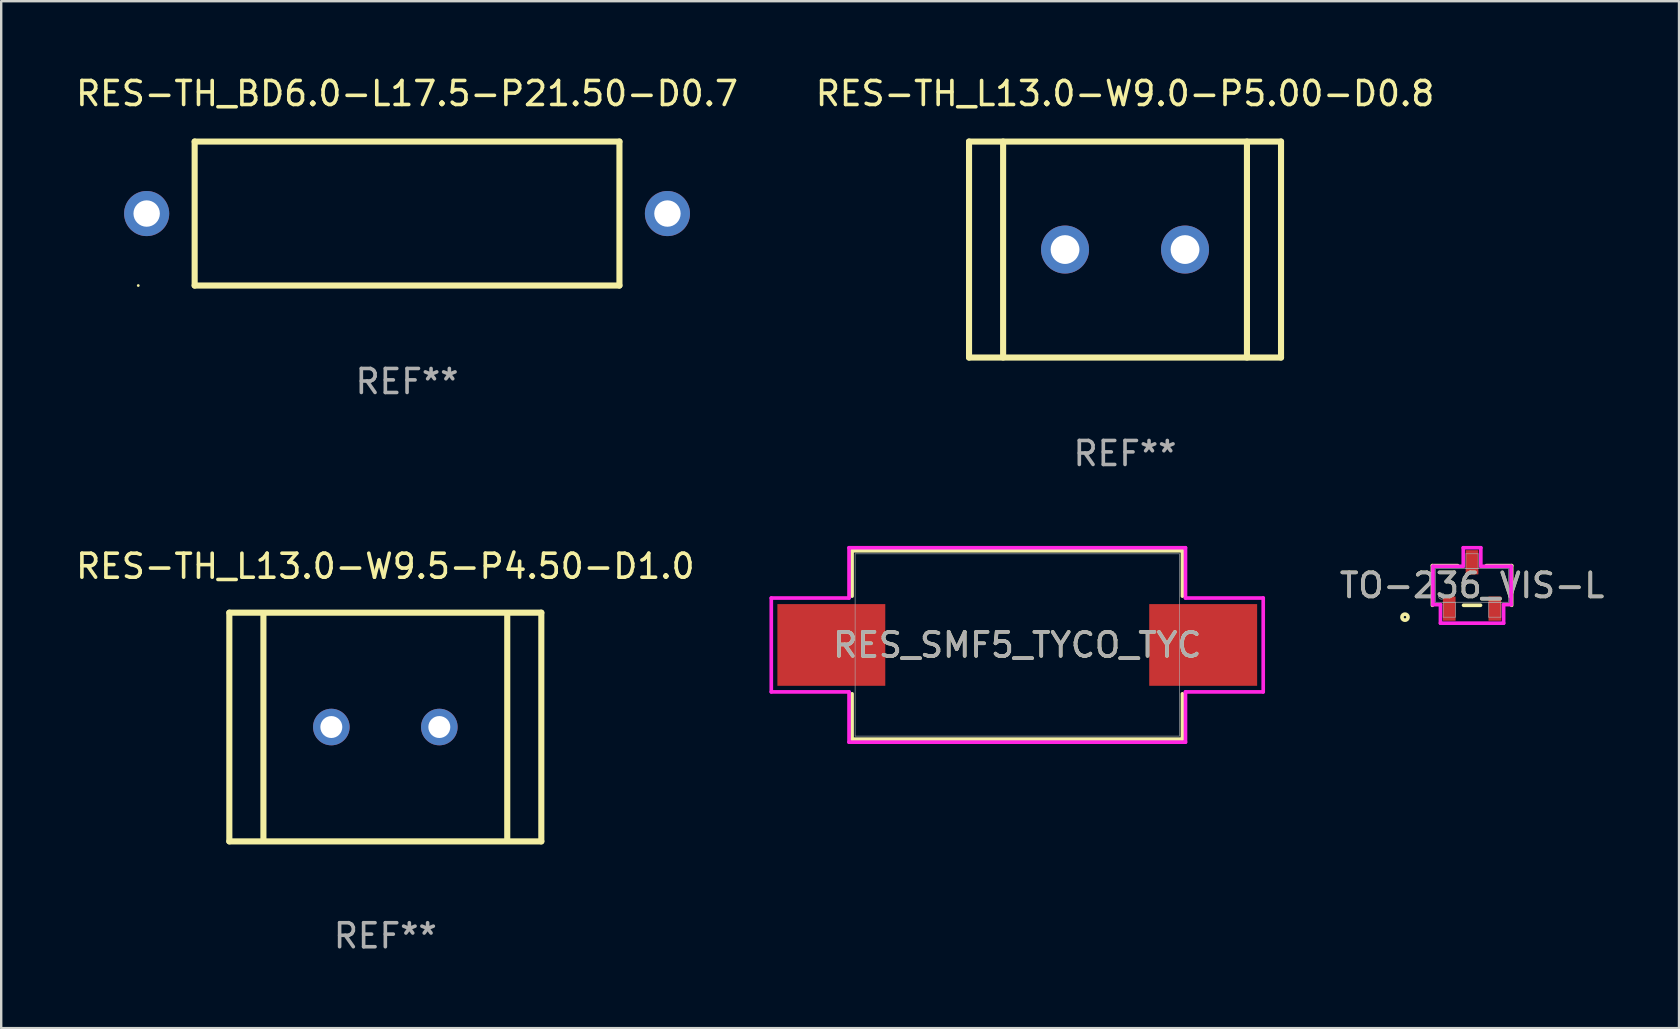
<source format=kicad_pcb>
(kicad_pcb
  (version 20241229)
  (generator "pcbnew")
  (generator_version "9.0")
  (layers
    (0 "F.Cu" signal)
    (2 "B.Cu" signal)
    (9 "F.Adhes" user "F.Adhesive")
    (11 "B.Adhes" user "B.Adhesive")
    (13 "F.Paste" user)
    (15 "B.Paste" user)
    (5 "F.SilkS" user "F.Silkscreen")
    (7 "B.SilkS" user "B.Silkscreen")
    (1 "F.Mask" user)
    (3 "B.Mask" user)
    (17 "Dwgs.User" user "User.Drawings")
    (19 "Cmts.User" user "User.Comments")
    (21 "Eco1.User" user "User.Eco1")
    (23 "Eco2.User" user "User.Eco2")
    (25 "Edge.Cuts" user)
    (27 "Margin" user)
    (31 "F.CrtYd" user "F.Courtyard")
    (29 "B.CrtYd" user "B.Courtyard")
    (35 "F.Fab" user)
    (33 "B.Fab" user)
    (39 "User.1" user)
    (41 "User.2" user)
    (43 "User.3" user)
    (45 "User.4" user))
  (footprint "TO-236_VIS-L"
    (layer "F.Cu")
    (at 58.287 21.345)
    (property "Reference" "TO-236_VIS-L" (at 0 0 0) (unlocked yes) (layer "F.SilkS") (effects (font (size 1 1) (thickness 0.15))))
    (attr smd)
    (fp_line (start -1.651 -0.826) (end -1.651 0.826) (stroke (width 0.152) (type solid)) (layer "F.SilkS"))
    (fp_line (start -0.597 -0.826) (end -1.651 -0.826) (stroke (width 0.152) (type solid)) (layer "F.SilkS"))
    (fp_line (start -0.353 0.826) (end 0.353 0.826) (stroke (width 0.152) (type solid)) (layer "F.SilkS"))
    (fp_line (start 1.651 -0.826) (end 0.597 -0.826) (stroke (width 0.152) (type solid)) (layer "F.SilkS"))
    (fp_line (start 1.651 0.826) (end 1.651 -0.826) (stroke (width 0.152) (type solid)) (layer "F.SilkS"))
    (fp_circle (center -2.794 1.321) (end -2.667 1.321) (stroke (width 0.152) (type solid)) (fill no) (layer "F.SilkS"))
    (fp_line (start -1.626 -0.8) (end -0.366 -0.8) (stroke (width 0.152) (type solid)) (layer "F.CrtYd"))
    (fp_line (start -1.626 0.8) (end -1.626 -0.8) (stroke (width 0.152) (type solid)) (layer "F.CrtYd"))
    (fp_line (start -1.626 0.8) (end -1.316 0.8) (stroke (width 0.152) (type solid)) (layer "F.CrtYd"))
    (fp_line (start -1.316 0.8) (end -1.316 1.572) (stroke (width 0.152) (type solid)) (layer "F.CrtYd"))
    (fp_line (start -1.316 1.572) (end 1.316 1.572) (stroke (width 0.152) (type solid)) (layer "F.CrtYd"))
    (fp_line (start -0.366 -1.572) (end 0.366 -1.572) (stroke (width 0.152) (type solid)) (layer "F.CrtYd"))
    (fp_line (start -0.366 -0.8) (end -0.366 -1.572) (stroke (width 0.152) (type solid)) (layer "F.CrtYd"))
    (fp_line (start 0.366 -0.8) (end 0.366 -1.572) (stroke (width 0.152) (type solid)) (layer "F.CrtYd"))
    (fp_line (start 1.316 0.8) (end 1.316 1.572) (stroke (width 0.152) (type solid)) (layer "F.CrtYd"))
    (fp_line (start 1.626 -0.8) (end 0.366 -0.8) (stroke (width 0.152) (type solid)) (layer "F.CrtYd"))
    (fp_line (start 1.626 -0.8) (end 1.626 0.8) (stroke (width 0.152) (type solid)) (layer "F.CrtYd"))
    (fp_line (start 1.626 0.8) (end 1.316 0.8) (stroke (width 0.152) (type solid)) (layer "F.CrtYd"))
    (fp_line (start -1.524 -0.699) (end -1.524 0.699) (stroke (width 0.025) (type solid)) (layer "F.Fab"))
    (fp_line (start -1.524 0.699) (end 1.524 0.699) (stroke (width 0.025) (type solid)) (layer "F.Fab"))
    (fp_line (start -1.204 0.699) (end -1.204 1.321) (stroke (width 0.025) (type solid)) (layer "F.Fab"))
    (fp_line (start -1.204 1.321) (end -0.696 1.321) (stroke (width 0.025) (type solid)) (layer "F.Fab"))
    (fp_line (start -0.696 0.699) (end -1.204 0.699) (stroke (width 0.025) (type solid)) (layer "F.Fab"))
    (fp_line (start -0.696 1.321) (end -0.696 0.699) (stroke (width 0.025) (type solid)) (layer "F.Fab"))
    (fp_line (start -0.254 -1.321) (end -0.254 -0.699) (stroke (width 0.025) (type solid)) (layer "F.Fab"))
    (fp_line (start -0.254 -0.699) (end 0.254 -0.699) (stroke (width 0.025) (type solid)) (layer "F.Fab"))
    (fp_line (start 0.254 -1.321) (end -0.254 -1.321) (stroke (width 0.025) (type solid)) (layer "F.Fab"))
    (fp_line (start 0.254 -0.699) (end 0.254 -1.321) (stroke (width 0.025) (type solid)) (layer "F.Fab"))
    (fp_line (start 0.696 0.699) (end 0.696 1.321) (stroke (width 0.025) (type solid)) (layer "F.Fab"))
    (fp_line (start 0.696 1.321) (end 1.204 1.321) (stroke (width 0.025) (type solid)) (layer "F.Fab"))
    (fp_line (start 1.204 0.699) (end 0.696 0.699) (stroke (width 0.025) (type solid)) (layer "F.Fab"))
    (fp_line (start 1.204 1.321) (end 1.204 0.699) (stroke (width 0.025) (type solid)) (layer "F.Fab"))
    (fp_line (start 1.524 -0.699) (end -1.524 -0.699) (stroke (width 0.025) (type solid)) (layer "F.Fab"))
    (fp_line (start 1.524 0.699) (end 1.524 -0.699) (stroke (width 0.025) (type solid)) (layer "F.Fab"))
    (fp_circle (center -1.27 0.445) (end -1.143 0.445) (stroke (width 0.025) (type solid)) (fill no) (layer "F.Fab"))
    (fp_text user "${REFERENCE}" (at 0 0 0) (unlocked yes) (layer "F.Fab") (effects (font (size 1 1) (thickness 0.15))))
    (pad "1" smd rect (at -0.95 0.966) (size 0.528 1.01) (layers "F.Cu" "F.Mask" "F.Paste"))
    (pad "2" smd rect (at 0.95 0.966) (size 0.528 1.01) (layers "F.Cu" "F.Mask" "F.Paste"))
    (pad "3" smd rect (at 0 -0.966) (size 0.528 1.01) (layers "F.Cu" "F.Mask" "F.Paste")))
  (footprint "RES_SMF5_TYCO_TYC"
    (layer "F.Cu")
    (at 39.337 23.824)
    (property "Reference" "RES_SMF5_TYCO_TYC" (at 0 0 0) (unlocked yes) (layer "F.SilkS") (effects (font (size 1 1) (thickness 0.15))))
    (attr smd)
    (fp_line (start -6.883 -3.924) (end -6.883 -2.035) (stroke (width 0.152) (type solid)) (layer "F.SilkS"))
    (fp_line (start -6.883 2.035) (end -6.883 3.924) (stroke (width 0.152) (type solid)) (layer "F.SilkS"))
    (fp_line (start -6.883 3.924) (end 6.883 3.924) (stroke (width 0.152) (type solid)) (layer "F.SilkS"))
    (fp_line (start 6.883 -3.924) (end -6.883 -3.924) (stroke (width 0.152) (type solid)) (layer "F.SilkS"))
    (fp_line (start 6.883 -2.035) (end 6.883 -3.924) (stroke (width 0.152) (type solid)) (layer "F.SilkS"))
    (fp_line (start 6.883 3.924) (end 6.883 2.035) (stroke (width 0.152) (type solid)) (layer "F.SilkS"))
    (fp_line (start -10.249 -1.956) (end -7.01 -1.956) (stroke (width 0.152) (type solid)) (layer "F.CrtYd"))
    (fp_line (start -10.249 1.956) (end -10.249 -1.956) (stroke (width 0.152) (type solid)) (layer "F.CrtYd"))
    (fp_line (start -7.01 -4.051) (end 7.01 -4.051) (stroke (width 0.152) (type solid)) (layer "F.CrtYd"))
    (fp_line (start -7.01 -1.956) (end -7.01 -4.051) (stroke (width 0.152) (type solid)) (layer "F.CrtYd"))
    (fp_line (start -7.01 1.956) (end -10.249 1.956) (stroke (width 0.152) (type solid)) (layer "F.CrtYd"))
    (fp_line (start -7.01 4.051) (end -7.01 1.956) (stroke (width 0.152) (type solid)) (layer "F.CrtYd"))
    (fp_line (start 7.01 -4.051) (end 7.01 -1.956) (stroke (width 0.152) (type solid)) (layer "F.CrtYd"))
    (fp_line (start 7.01 -1.956) (end 10.249 -1.956) (stroke (width 0.152) (type solid)) (layer "F.CrtYd"))
    (fp_line (start 7.01 1.956) (end 7.01 4.051) (stroke (width 0.152) (type solid)) (layer "F.CrtYd"))
    (fp_line (start 7.01 4.051) (end -7.01 4.051) (stroke (width 0.152) (type solid)) (layer "F.CrtYd"))
    (fp_line (start 10.249 -1.956) (end 10.249 1.956) (stroke (width 0.152) (type solid)) (layer "F.CrtYd"))
    (fp_line (start 10.249 1.956) (end 7.01 1.956) (stroke (width 0.152) (type solid)) (layer "F.CrtYd"))
    (fp_line (start -6.756 -3.797) (end -6.756 3.797) (stroke (width 0.025) (type solid)) (layer "F.Fab"))
    (fp_line (start -6.756 3.797) (end 6.756 3.797) (stroke (width 0.025) (type solid)) (layer "F.Fab"))
    (fp_line (start 6.756 -3.797) (end -6.756 -3.797) (stroke (width 0.025) (type solid)) (layer "F.Fab"))
    (fp_line (start 6.756 3.797) (end 6.756 -3.797) (stroke (width 0.025) (type solid)) (layer "F.Fab"))
    (fp_text user "${REFERENCE}" (at 0 0 0) (unlocked yes) (layer "F.Fab") (effects (font (size 1 1) (thickness 0.15))))
    (pad "1" smd rect (at -7.747 0) (size 4.496 3.404) (layers "F.Cu" "F.Mask" "F.Paste"))
    (pad "2" smd rect (at 7.747 0) (size 4.496 3.404) (layers "F.Cu" "F.Mask" "F.Paste"))
    (zone (net_name "") (layer "F.Cu") (hatch full 0.508) (connect_pads) (min_thickness 0.254) (filled_areas_thickness no) (keepout (tracks not_allowed) (vias not_allowed) (pads allowed) (copperpour not_allowed) (footprints allowed)) (placement (enabled no)) (fill) (polygon (pts (xy 33.889 20.078) (xy 44.785 20.078) (xy 44.785 27.57) (xy 33.889 27.57)))))
  (footprint "RES-TH_L13.0-W9.0-P5.00-D0.8"
    (layer "F.Cu")
    (at 43.828 7.348)
    (property "Reference" "RES-TH_L13.0-W9.0-P5.00-D0.8" (at -0.000127 -6.5 0) (layer "F.SilkS") (effects (font (size 1 1) (thickness 0.15))))
    (attr through_hole)
    (fp_line (start -6.5 -4.5) (end -6.5 4.5) (stroke (width 0.254) (type solid)) (layer "F.SilkS"))
    (fp_line (start -6.5 4.5) (end 6.5 4.5) (stroke (width 0.254) (type solid)) (layer "F.SilkS"))
    (fp_line (start -5.08 -4.5) (end -5.08 4.5) (stroke (width 0.254) (type solid)) (layer "F.SilkS"))
    (fp_line (start 5.08 -4.5) (end 5.08 4.5) (stroke (width 0.254) (type solid)) (layer "F.SilkS"))
    (fp_line (start 6.5 -4.5) (end -6.5 -4.5) (stroke (width 0.254) (type solid)) (layer "F.SilkS"))
    (fp_line (start 6.5 4.5) (end 6.5 -4.5) (stroke (width 0.254) (type solid)) (layer "F.SilkS"))
    (fp_circle (center -6.5 4.5) (end -6.47 4.5) (stroke (width 0.06) (type solid)) (fill no) (layer "F.SilkS"))
    (fp_text user "REF**" (at -0.000127 8.5 0) (layer "F.Fab") (effects (font (size 1 1) (thickness 0.15))))
    (pad "1" thru_hole circle (at -2.5 0) (size 2 2) (drill 1.2) (layers "*.Cu" "*.Mask"))
    (pad "2" thru_hole circle (at 2.5 0) (size 2 2) (drill 1.2) (layers "*.Cu" "*.Mask")))
  (footprint "RES-TH_L13.0-W9.5-P4.50-D1.0"
    (layer "F.Cu")
    (at 13.006 27.244)
    (property "Reference" "RES-TH_L13.0-W9.5-P4.50-D1.0" (at 0 -6.699 0) (layer "F.SilkS") (effects (font (size 1 1) (thickness 0.15))))
    (attr through_hole)
    (fp_line (start -6.5 -4.765) (end -6.5 4.765) (stroke (width 0.254) (type solid)) (layer "F.SilkS"))
    (fp_line (start -6.5 4.765) (end 6.5 4.765) (stroke (width 0.254) (type solid)) (layer "F.SilkS"))
    (fp_line (start -5.08 -4.699) (end -5.08 4.699) (stroke (width 0.254) (type solid)) (layer "F.SilkS"))
    (fp_line (start 5.08 -4.699) (end 5.08 4.699) (stroke (width 0.254) (type solid)) (layer "F.SilkS"))
    (fp_line (start 6.5 -4.765) (end -6.5 -4.765) (stroke (width 0.254) (type solid)) (layer "F.SilkS"))
    (fp_line (start 6.5 4.765) (end 6.5 -4.765) (stroke (width 0.254) (type solid)) (layer "F.SilkS"))
    (fp_circle (center -6.5 4.75) (end -6.47 4.75) (stroke (width 0.06) (type solid)) (fill no) (layer "F.SilkS"))
    (fp_text user "REF**" (at 0 8.699 0) (layer "F.Fab") (effects (font (size 1 1) (thickness 0.15))))
    (pad "1" thru_hole circle (at -2.25 0) (size 1.524 1.524) (drill 0.914) (layers "*.Cu" "*.Mask"))
    (pad "2" thru_hole circle (at 2.25 0) (size 1.524 1.524) (drill 0.914) (layers "*.Cu" "*.Mask")))
  (footprint "RES-TH_BD6.0-L17.5-P21.50-D0.7"
    (layer "F.Cu")
    (at 13.911 5.848)
    (property "Reference" "RES-TH_BD6.0-L17.5-P21.50-D0.7" (at 0 -5 0) (layer "F.SilkS") (effects (font (size 1 1) (thickness 0.15))))
    (attr through_hole)
    (fp_line (start -8.85 -3) (end 8.85 -3) (stroke (width 0.254) (type solid)) (layer "F.SilkS"))
    (fp_line (start -8.85 3) (end -8.85 -3) (stroke (width 0.254) (type solid)) (layer "F.SilkS"))
    (fp_line (start 8.85 -3) (end 8.85 3) (stroke (width 0.254) (type solid)) (layer "F.SilkS"))
    (fp_line (start 8.85 3) (end -8.85 3) (stroke (width 0.254) (type solid)) (layer "F.SilkS"))
    (fp_circle (center -11.2 3) (end -11.17 3) (stroke (width 0.06) (type solid)) (fill no) (layer "F.SilkS"))
    (fp_text user "REF**" (at 0 7 0) (layer "F.Fab") (effects (font (size 1 1) (thickness 0.15))))
    (pad "1" thru_hole circle (at -10.85 0) (size 1.88 1.88) (drill 1.1) (layers "*.Cu" "*.Mask"))
    (pad "2" thru_hole circle (at 10.85 0) (size 1.88 1.88) (drill 1.1) (layers "*.Cu" "*.Mask")))
  (gr_rect
    (start -3 -3)
    (end 66.912 39.791)
    (stroke (width 0.1) (type default))
    (fill no)
    (layer "Edge.Cuts")))
</source>
